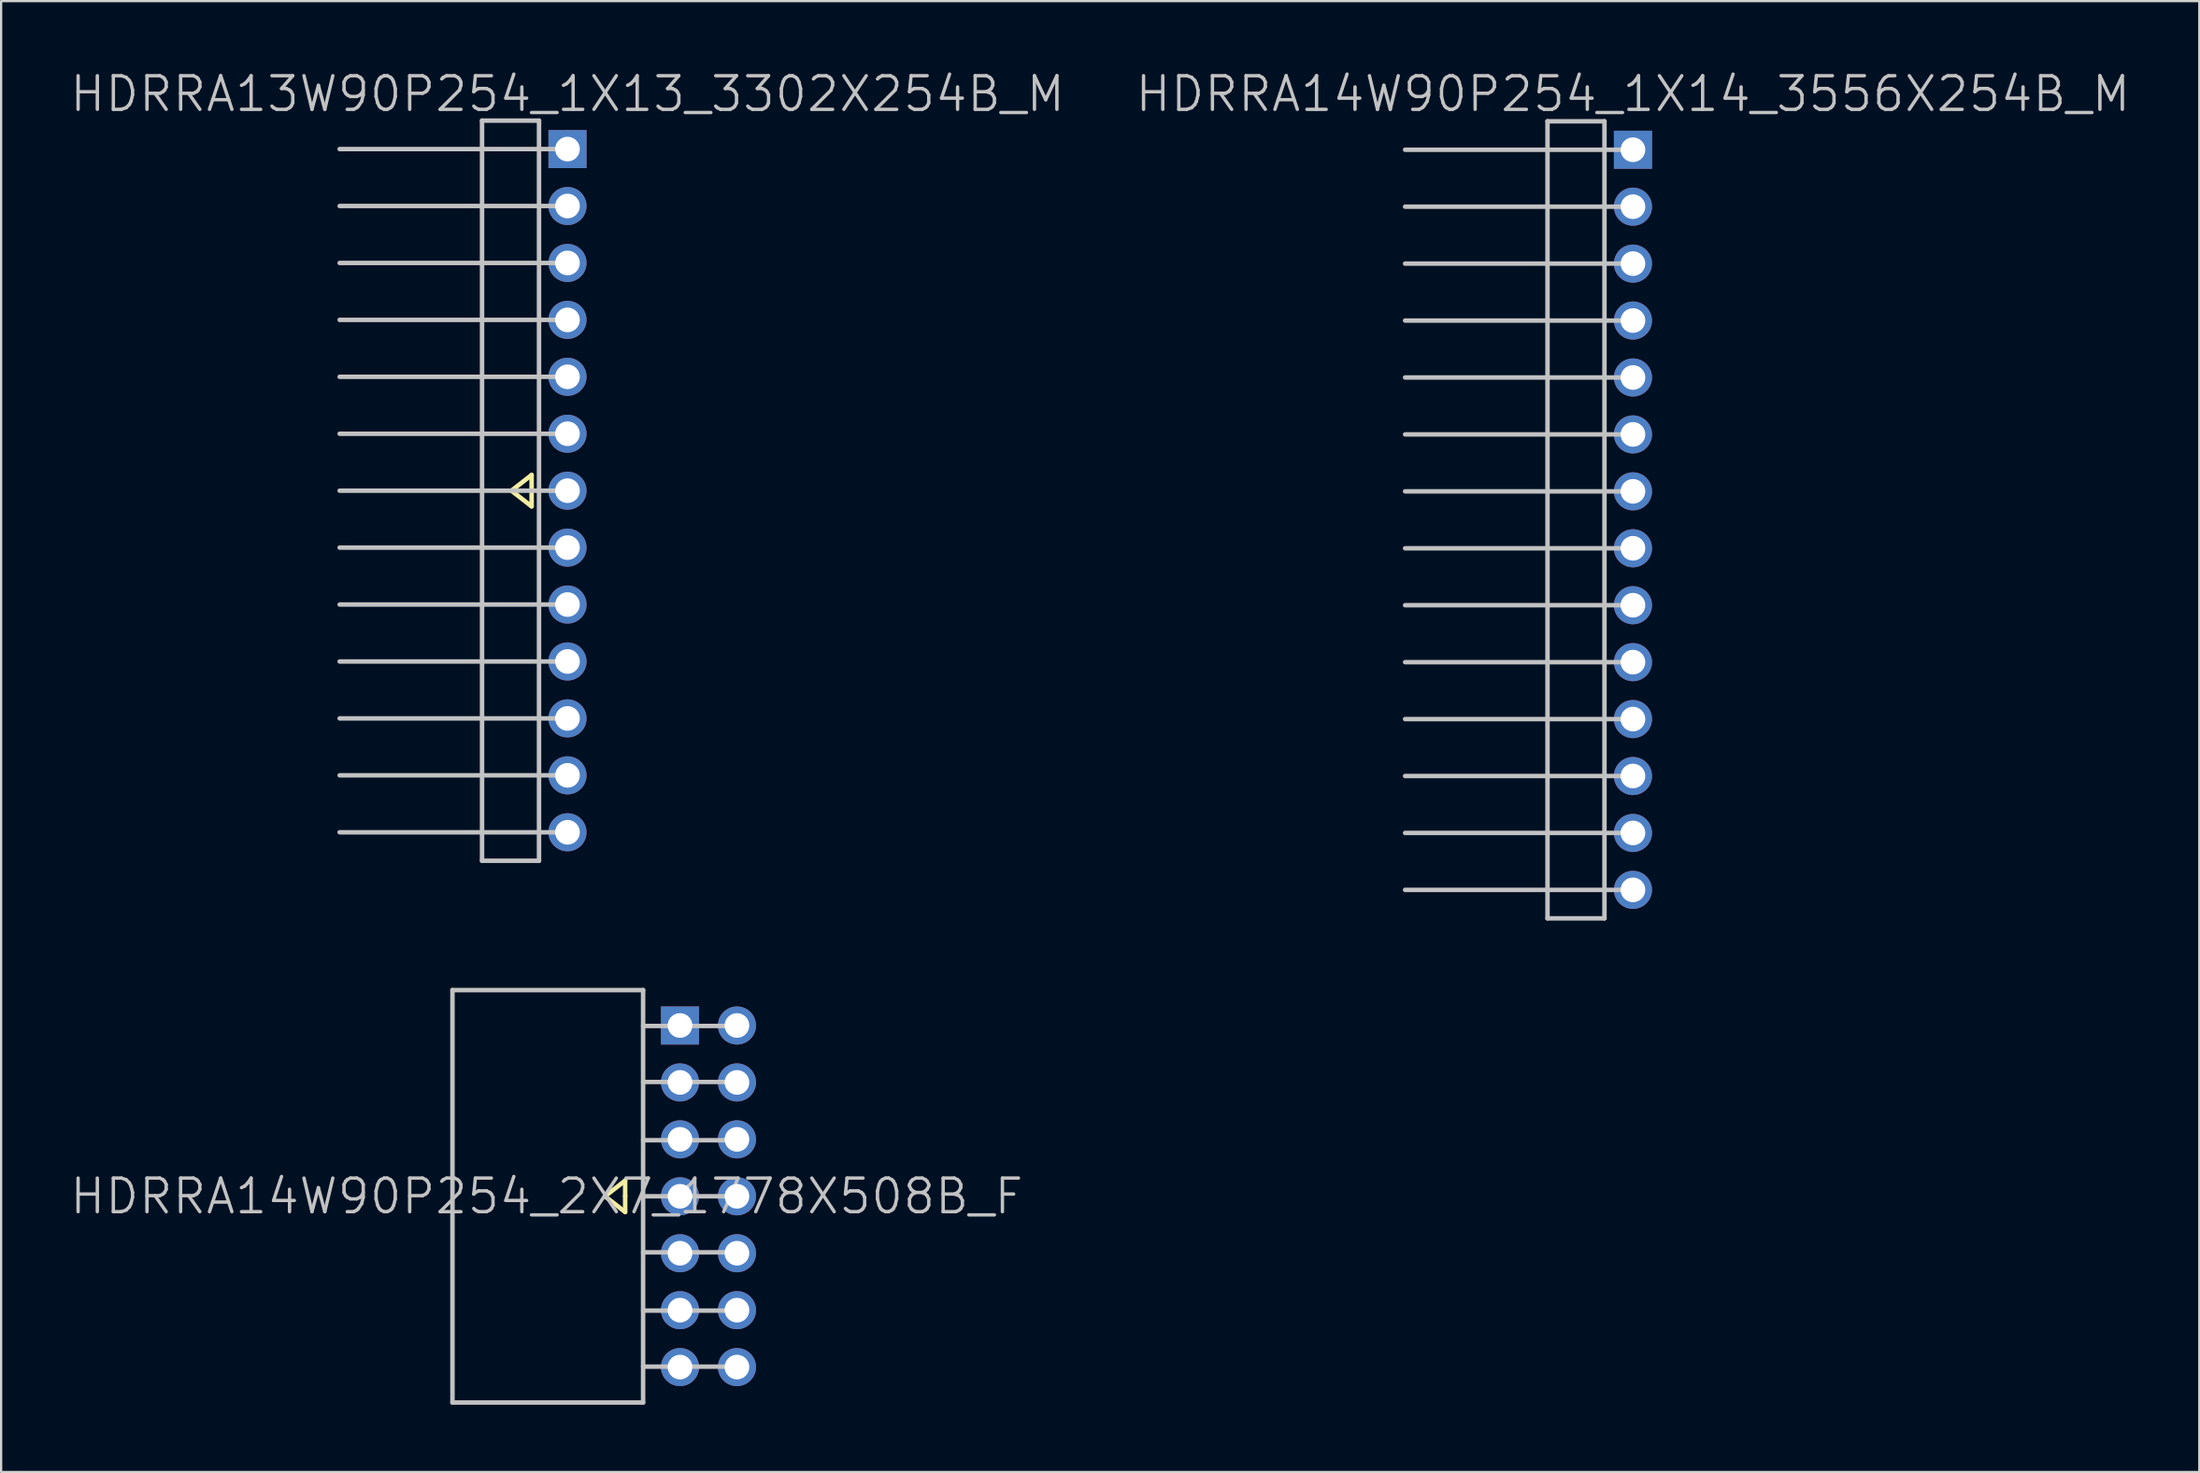
<source format=kicad_pcb>
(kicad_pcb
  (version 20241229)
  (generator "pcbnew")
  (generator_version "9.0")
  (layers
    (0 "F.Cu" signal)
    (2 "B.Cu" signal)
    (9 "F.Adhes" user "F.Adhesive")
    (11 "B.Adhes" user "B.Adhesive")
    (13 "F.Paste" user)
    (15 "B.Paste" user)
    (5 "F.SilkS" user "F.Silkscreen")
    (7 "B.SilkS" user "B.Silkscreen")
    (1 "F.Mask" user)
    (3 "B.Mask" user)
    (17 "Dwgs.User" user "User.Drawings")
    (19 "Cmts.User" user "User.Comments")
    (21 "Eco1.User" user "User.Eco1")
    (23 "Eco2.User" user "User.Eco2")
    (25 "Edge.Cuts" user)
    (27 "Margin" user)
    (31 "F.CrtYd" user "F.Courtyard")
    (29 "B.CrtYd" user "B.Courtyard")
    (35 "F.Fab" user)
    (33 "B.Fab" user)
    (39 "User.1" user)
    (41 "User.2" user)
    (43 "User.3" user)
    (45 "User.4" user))
  (footprint "HDRRA13W90P254_1X13_3302X254B_M"
    (layer "F.Cu")
    (at 22.254 18.841)
    (property "Reference" "HDRRA13W90P254_1X13_3302X254B_M" (at 0 -17.7 180) (layer "Dwgs.User") (effects (font (size 1.5 1.5) (thickness 0.15))))
    (attr through_hole)
    (fp_line (start -2.5 0) (end -1.6 0.7) (stroke (width 0.2) (type solid)) (layer "F.SilkS"))
    (fp_line (start -1.6 -0.7) (end -2.5 0) (stroke (width 0.2) (type solid)) (layer "F.SilkS"))
    (fp_line (start -1.6 0) (end -1.6 -0.7) (stroke (width 0.2) (type solid)) (layer "F.SilkS"))
    (fp_line (start -1.6 0.7) (end -1.6 0) (stroke (width 0.2) (type solid)) (layer "F.SilkS"))
    (fp_line (start -10.16 -10.16) (end 0 -10.16) (stroke (width 0.2) (type solid)) (layer "Dwgs.User"))
    (fp_line (start -10.16 15.24) (end 0 15.24) (stroke (width 0.2) (type solid)) (layer "Dwgs.User"))
    (fp_line (start -3.81 -16.51) (end -1.27 -16.51) (stroke (width 0.2) (type solid)) (layer "Dwgs.User"))
    (fp_line (start -3.81 16.51) (end -3.81 -16.51) (stroke (width 0.2) (type solid)) (layer "Dwgs.User"))
    (fp_line (start -1.27 -16.51) (end -1.27 16.51) (stroke (width 0.2) (type solid)) (layer "Dwgs.User"))
    (fp_line (start -1.27 16.51) (end -3.81 16.51) (stroke (width 0.2) (type solid)) (layer "Dwgs.User"))
    (fp_line (start 0 -15.24) (end -10.16 -15.24) (stroke (width 0.2) (type solid)) (layer "Dwgs.User"))
    (fp_line (start 0 -12.7) (end -10.16 -12.7) (stroke (width 0.2) (type solid)) (layer "Dwgs.User"))
    (fp_line (start 0 -7.62) (end -10.16 -7.62) (stroke (width 0.2) (type solid)) (layer "Dwgs.User"))
    (fp_line (start 0 -5.08) (end -10.16 -5.08) (stroke (width 0.2) (type solid)) (layer "Dwgs.User"))
    (fp_line (start 0 -2.54) (end -10.16 -2.54) (stroke (width 0.2) (type solid)) (layer "Dwgs.User"))
    (fp_line (start 0 0) (end -10.16 0) (stroke (width 0.2) (type solid)) (layer "Dwgs.User"))
    (fp_line (start 0 2.54) (end -10.16 2.54) (stroke (width 0.2) (type solid)) (layer "Dwgs.User"))
    (fp_line (start 0 5.08) (end -10.16 5.08) (stroke (width 0.2) (type solid)) (layer "Dwgs.User"))
    (fp_line (start 0 7.62) (end -10.16 7.62) (stroke (width 0.2) (type solid)) (layer "Dwgs.User"))
    (fp_line (start 0 10.16) (end -10.16 10.16) (stroke (width 0.2) (type solid)) (layer "Dwgs.User"))
    (fp_line (start 0 12.7) (end -10.16 12.7) (stroke (width 0.2) (type solid)) (layer "Dwgs.User"))
    (pad "1" thru_hole rect (at 0 -15.24) (size 1.7 1.7) (drill 1.1) (layers "*.Cu" "*.Mask"))
    (pad "2" thru_hole circle (at 0 -12.7 270) (size 1.7 1.7) (drill 1.1) (layers "*.Cu" "*.Mask"))
    (pad "3" thru_hole circle (at 0 -10.16 270) (size 1.7 1.7) (drill 1.1) (layers "*.Cu" "*.Mask"))
    (pad "4" thru_hole circle (at 0 -7.62 270) (size 1.7 1.7) (drill 1.1) (layers "*.Cu" "*.Mask"))
    (pad "5" thru_hole circle (at 0 -5.08 270) (size 1.7 1.7) (drill 1.1) (layers "*.Cu" "*.Mask"))
    (pad "6" thru_hole circle (at 0 -2.54 270) (size 1.7 1.7) (drill 1.1) (layers "*.Cu" "*.Mask"))
    (pad "7" thru_hole circle (at 0 0 270) (size 1.7 1.7) (drill 1.1) (layers "*.Cu" "*.Mask"))
    (pad "8" thru_hole circle (at 0 2.54 270) (size 1.7 1.7) (drill 1.1) (layers "*.Cu" "*.Mask"))
    (pad "9" thru_hole circle (at 0 5.08 270) (size 1.7 1.7) (drill 1.1) (layers "*.Cu" "*.Mask"))
    (pad "10" thru_hole circle (at 0 7.62 270) (size 1.7 1.7) (drill 1.1) (layers "*.Cu" "*.Mask"))
    (pad "11" thru_hole circle (at 0 10.16 270) (size 1.7 1.7) (drill 1.1) (layers "*.Cu" "*.Mask"))
    (pad "12" thru_hole circle (at 0 12.7 270) (size 1.7 1.7) (drill 1.1) (layers "*.Cu" "*.Mask"))
    (pad "13" thru_hole circle (at 0 15.24 270) (size 1.7 1.7) (drill 1.1) (layers "*.Cu" "*.Mask")))
  (footprint "HDRRA14W90P254_1X14_3556X254B_M"
    (layer "F.Cu")
    (at 69.761 20.141)
    (property "Reference" "HDRRA14W90P254_1X14_3556X254B_M" (at 0 -19 180) (layer "Dwgs.User") (effects (font (size 1.5 1.5) (thickness 0.15))))
    (attr through_hole)
    (fp_line (start -10.16 -11.43) (end 0 -11.43) (stroke (width 0.2) (type solid)) (layer "Dwgs.User"))
    (fp_line (start -10.16 13.97) (end 0 13.97) (stroke (width 0.2) (type solid)) (layer "Dwgs.User"))
    (fp_line (start -3.81 -17.78) (end -1.27 -17.78) (stroke (width 0.2) (type solid)) (layer "Dwgs.User"))
    (fp_line (start -3.81 17.78) (end -3.81 -17.78) (stroke (width 0.2) (type solid)) (layer "Dwgs.User"))
    (fp_line (start -1.27 -17.78) (end -1.27 17.78) (stroke (width 0.2) (type solid)) (layer "Dwgs.User"))
    (fp_line (start -1.27 17.78) (end -3.81 17.78) (stroke (width 0.2) (type solid)) (layer "Dwgs.User"))
    (fp_line (start 0 -16.51) (end -10.16 -16.51) (stroke (width 0.2) (type solid)) (layer "Dwgs.User"))
    (fp_line (start 0 -13.97) (end -10.16 -13.97) (stroke (width 0.2) (type solid)) (layer "Dwgs.User"))
    (fp_line (start 0 -8.89) (end -10.16 -8.89) (stroke (width 0.2) (type solid)) (layer "Dwgs.User"))
    (fp_line (start 0 -6.35) (end -10.16 -6.35) (stroke (width 0.2) (type solid)) (layer "Dwgs.User"))
    (fp_line (start 0 -3.81) (end -10.16 -3.81) (stroke (width 0.2) (type solid)) (layer "Dwgs.User"))
    (fp_line (start 0 -1.27) (end -10.16 -1.27) (stroke (width 0.2) (type solid)) (layer "Dwgs.User"))
    (fp_line (start 0 1.27) (end -10.16 1.27) (stroke (width 0.2) (type solid)) (layer "Dwgs.User"))
    (fp_line (start 0 3.81) (end -10.16 3.81) (stroke (width 0.2) (type solid)) (layer "Dwgs.User"))
    (fp_line (start 0 6.35) (end -10.16 6.35) (stroke (width 0.2) (type solid)) (layer "Dwgs.User"))
    (fp_line (start 0 8.89) (end -10.16 8.89) (stroke (width 0.2) (type solid)) (layer "Dwgs.User"))
    (fp_line (start 0 11.43) (end -10.16 11.43) (stroke (width 0.2) (type solid)) (layer "Dwgs.User"))
    (fp_line (start 0 16.51) (end -10.16 16.51) (stroke (width 0.2) (type solid)) (layer "Dwgs.User"))
    (pad "1" thru_hole rect (at 0 -16.51) (size 1.7 1.7) (drill 1.1) (layers "*.Cu" "*.Mask"))
    (pad "2" thru_hole circle (at 0 -13.97 270) (size 1.7 1.7) (drill 1.1) (layers "*.Cu" "*.Mask"))
    (pad "3" thru_hole circle (at 0 -11.43 270) (size 1.7 1.7) (drill 1.1) (layers "*.Cu" "*.Mask"))
    (pad "4" thru_hole circle (at 0 -8.89 270) (size 1.7 1.7) (drill 1.1) (layers "*.Cu" "*.Mask"))
    (pad "5" thru_hole circle (at 0 -6.35 270) (size 1.7 1.7) (drill 1.1) (layers "*.Cu" "*.Mask"))
    (pad "6" thru_hole circle (at 0 -3.81 270) (size 1.7 1.7) (drill 1.1) (layers "*.Cu" "*.Mask"))
    (pad "7" thru_hole circle (at 0 -1.27 270) (size 1.7 1.7) (drill 1.1) (layers "*.Cu" "*.Mask"))
    (pad "8" thru_hole circle (at 0 1.27 270) (size 1.7 1.7) (drill 1.1) (layers "*.Cu" "*.Mask"))
    (pad "9" thru_hole circle (at 0 3.81 270) (size 1.7 1.7) (drill 1.1) (layers "*.Cu" "*.Mask"))
    (pad "10" thru_hole circle (at 0 6.35 270) (size 1.7 1.7) (drill 1.1) (layers "*.Cu" "*.Mask"))
    (pad "11" thru_hole circle (at 0 8.89 270) (size 1.7 1.7) (drill 1.1) (layers "*.Cu" "*.Mask"))
    (pad "12" thru_hole circle (at 0 11.43 270) (size 1.7 1.7) (drill 1.1) (layers "*.Cu" "*.Mask"))
    (pad "13" thru_hole circle (at 0 13.97 270) (size 1.7 1.7) (drill 1.1) (layers "*.Cu" "*.Mask"))
    (pad "14" thru_hole circle (at 0 16.51 270) (size 1.7 1.7) (drill 1.1) (layers "*.Cu" "*.Mask")))
  (footprint "HDRRA14W90P254_2X7_1778X508B_F"
    (layer "F.Cu")
    (at 23.625 50.321)
    (property "Reference" "HDRRA14W90P254_2X7_1778X508B_F" (at -2.3 0 180) (layer "Dwgs.User") (effects (font (size 1.5 1.5) (thickness 0.15))))
    (attr through_hole)
    (fp_line (start 0.3 0) (end 1.2 0.7) (stroke (width 0.2) (type solid)) (layer "F.SilkS"))
    (fp_line (start 1.2 -0.7) (end 0.3 0) (stroke (width 0.2) (type solid)) (layer "F.SilkS"))
    (fp_line (start 1.2 0) (end 1.2 -0.7) (stroke (width 0.2) (type solid)) (layer "F.SilkS"))
    (fp_line (start 1.2 0.7) (end 1.2 0) (stroke (width 0.2) (type solid)) (layer "F.SilkS"))
    (fp_line (start -6.5 -9.2) (end -6.5 9.2) (stroke (width 0.2) (type solid)) (layer "Dwgs.User"))
    (fp_line (start 2 -9.2) (end -6.5 -9.2) (stroke (width 0.2) (type solid)) (layer "Dwgs.User"))
    (fp_line (start 2 -9.2) (end 2 9.2) (stroke (width 0.2) (type solid)) (layer "Dwgs.User"))
    (fp_line (start 2 9.2) (end -6.5 9.2) (stroke (width 0.2) (type solid)) (layer "Dwgs.User"))
    (fp_line (start 6.2 -7.6) (end 2 -7.6) (stroke (width 0.2) (type solid)) (layer "Dwgs.User"))
    (fp_line (start 6.2 -5.1) (end 2 -5.1) (stroke (width 0.2) (type solid)) (layer "Dwgs.User"))
    (fp_line (start 6.2 -2.5) (end 2 -2.5) (stroke (width 0.2) (type solid)) (layer "Dwgs.User"))
    (fp_line (start 6.2 0) (end 2 0) (stroke (width 0.2) (type solid)) (layer "Dwgs.User"))
    (fp_line (start 6.2 2.5) (end 2 2.5) (stroke (width 0.2) (type solid)) (layer "Dwgs.User"))
    (fp_line (start 6.2 5.1) (end 2 5.1) (stroke (width 0.2) (type solid)) (layer "Dwgs.User"))
    (fp_line (start 6.2 7.6) (end 2 7.6) (stroke (width 0.2) (type solid)) (layer "Dwgs.User"))
    (pad "1" thru_hole rect (at 3.645 -7.62) (size 1.7 1.7) (drill 1.1) (layers "*.Cu" "*.Mask"))
    (pad "2" thru_hole circle (at 6.185 -7.62 270) (size 1.7 1.7) (drill 1.1) (layers "*.Cu" "*.Mask"))
    (pad "3" thru_hole circle (at 3.645 -5.08 270) (size 1.7 1.7) (drill 1.1) (layers "*.Cu" "*.Mask"))
    (pad "4" thru_hole circle (at 6.185 -5.08 270) (size 1.7 1.7) (drill 1.1) (layers "*.Cu" "*.Mask"))
    (pad "5" thru_hole circle (at 3.645 -2.54 270) (size 1.7 1.7) (drill 1.1) (layers "*.Cu" "*.Mask"))
    (pad "6" thru_hole circle (at 6.185 -2.54 270) (size 1.7 1.7) (drill 1.1) (layers "*.Cu" "*.Mask"))
    (pad "7" thru_hole circle (at 3.645 0 270) (size 1.7 1.7) (drill 1.1) (layers "*.Cu" "*.Mask"))
    (pad "8" thru_hole circle (at 6.185 0 270) (size 1.7 1.7) (drill 1.1) (layers "*.Cu" "*.Mask"))
    (pad "9" thru_hole circle (at 3.645 2.54 270) (size 1.7 1.7) (drill 1.1) (layers "*.Cu" "*.Mask"))
    (pad "10" thru_hole circle (at 6.185 2.54 270) (size 1.7 1.7) (drill 1.1) (layers "*.Cu" "*.Mask"))
    (pad "11" thru_hole circle (at 3.645 5.08 270) (size 1.7 1.7) (drill 1.1) (layers "*.Cu" "*.Mask"))
    (pad "12" thru_hole circle (at 6.185 5.08 270) (size 1.7 1.7) (drill 1.1) (layers "*.Cu" "*.Mask"))
    (pad "13" thru_hole circle (at 3.645 7.62 270) (size 1.7 1.7) (drill 1.1) (layers "*.Cu" "*.Mask"))
    (pad "14" thru_hole circle (at 6.185 7.62 270) (size 1.7 1.7) (drill 1.1) (layers "*.Cu" "*.Mask")))
  (gr_rect
    (start -3 -3)
    (end 95.014 62.621)
    (stroke (width 0.1) (type default))
    (fill no)
    (layer "Edge.Cuts")))
</source>
